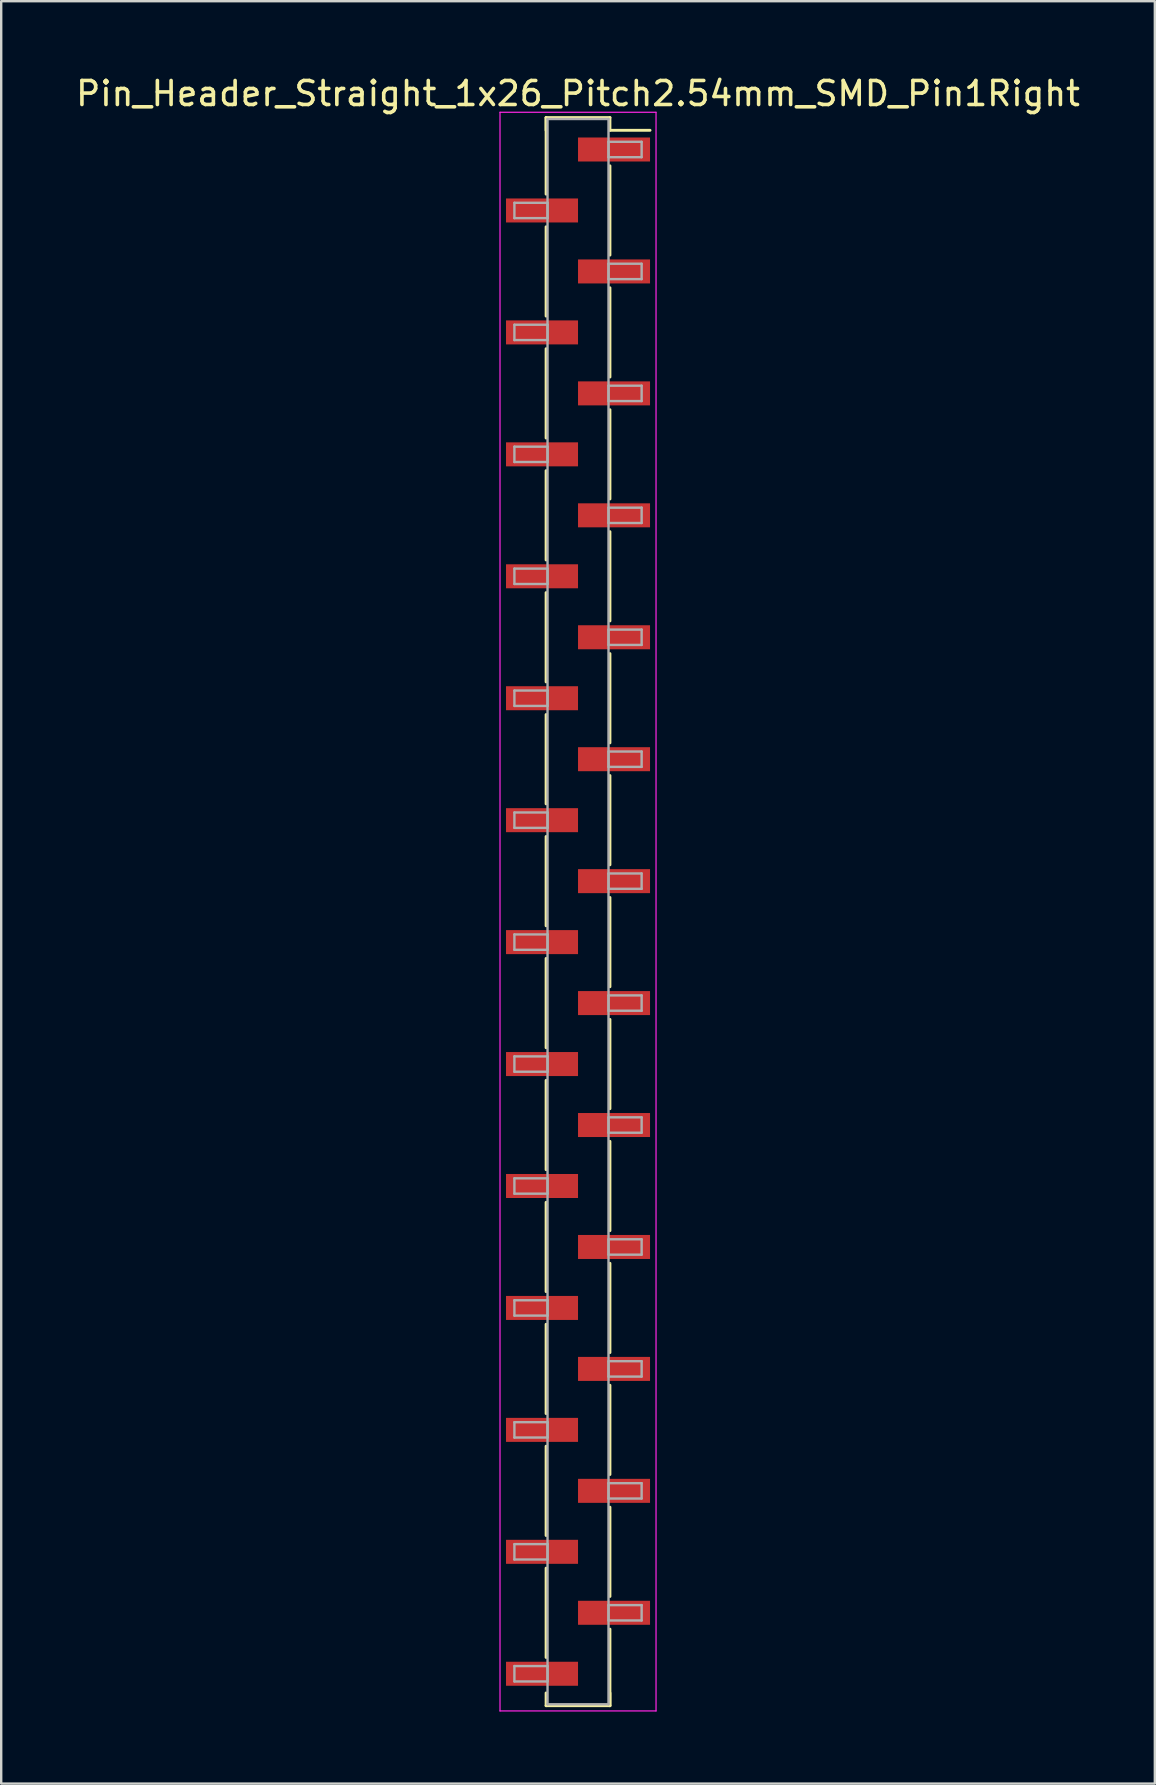
<source format=kicad_pcb>
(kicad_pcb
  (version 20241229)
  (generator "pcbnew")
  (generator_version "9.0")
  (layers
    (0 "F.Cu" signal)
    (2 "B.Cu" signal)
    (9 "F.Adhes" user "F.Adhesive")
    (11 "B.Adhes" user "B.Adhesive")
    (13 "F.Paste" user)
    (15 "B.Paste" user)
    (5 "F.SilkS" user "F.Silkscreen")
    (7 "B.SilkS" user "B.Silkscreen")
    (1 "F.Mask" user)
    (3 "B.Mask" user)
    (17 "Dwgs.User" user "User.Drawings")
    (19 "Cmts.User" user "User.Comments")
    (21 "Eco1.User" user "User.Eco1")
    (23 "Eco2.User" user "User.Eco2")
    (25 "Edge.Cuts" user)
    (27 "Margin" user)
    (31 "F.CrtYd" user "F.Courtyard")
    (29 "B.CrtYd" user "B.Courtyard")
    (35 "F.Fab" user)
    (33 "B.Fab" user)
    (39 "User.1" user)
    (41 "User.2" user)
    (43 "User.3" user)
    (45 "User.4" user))
  (footprint "Pin_Header_Straight_1x26_Pitch2.54mm_SMD_Pin1Right"
    (layer "F.Cu")
    (at 21.03 34.928)
    (property "Reference" "Pin_Header_Straight_1x26_Pitch2.54mm_SMD_Pin1Right" (at 0 -34.08 0) (layer "F.SilkS") (effects (font (size 1 1) (thickness 0.15))))
    (attr smd)
    (fp_line (start -1.33 -33.08) (end -1.33 -29.89) (stroke (width 0.12) (type solid)) (layer "F.SilkS"))
    (fp_line (start -1.33 -33.08) (end 1.33 -33.08) (stroke (width 0.12) (type solid)) (layer "F.SilkS"))
    (fp_line (start -1.33 -32.55) (end -1.33 -33.08) (stroke (width 0.12) (type solid)) (layer "F.SilkS"))
    (fp_line (start -1.33 -28.53) (end -1.33 -24.81) (stroke (width 0.12) (type solid)) (layer "F.SilkS"))
    (fp_line (start -1.33 -23.45) (end -1.33 -19.73) (stroke (width 0.12) (type solid)) (layer "F.SilkS"))
    (fp_line (start -1.33 -18.37) (end -1.33 -14.65) (stroke (width 0.12) (type solid)) (layer "F.SilkS"))
    (fp_line (start -1.33 -13.29) (end -1.33 -9.57) (stroke (width 0.12) (type solid)) (layer "F.SilkS"))
    (fp_line (start -1.33 -8.21) (end -1.33 -4.49) (stroke (width 0.12) (type solid)) (layer "F.SilkS"))
    (fp_line (start -1.33 -3.13) (end -1.33 0.59) (stroke (width 0.12) (type solid)) (layer "F.SilkS"))
    (fp_line (start -1.33 1.95) (end -1.33 5.67) (stroke (width 0.12) (type solid)) (layer "F.SilkS"))
    (fp_line (start -1.33 7.03) (end -1.33 10.75) (stroke (width 0.12) (type solid)) (layer "F.SilkS"))
    (fp_line (start -1.33 12.11) (end -1.33 15.83) (stroke (width 0.12) (type solid)) (layer "F.SilkS"))
    (fp_line (start -1.33 17.19) (end -1.33 20.91) (stroke (width 0.12) (type solid)) (layer "F.SilkS"))
    (fp_line (start -1.33 22.27) (end -1.33 25.99) (stroke (width 0.12) (type solid)) (layer "F.SilkS"))
    (fp_line (start -1.33 27.35) (end -1.33 31.07) (stroke (width 0.12) (type solid)) (layer "F.SilkS"))
    (fp_line (start -1.33 32.55) (end -1.33 33.08) (stroke (width 0.12) (type solid)) (layer "F.SilkS"))
    (fp_line (start -1.33 33.08) (end 1.33 33.08) (stroke (width 0.12) (type solid)) (layer "F.SilkS"))
    (fp_line (start 1.33 -33.08) (end 1.33 -32.55) (stroke (width 0.12) (type solid)) (layer "F.SilkS"))
    (fp_line (start 1.33 -32.55) (end 3 -32.55) (stroke (width 0.12) (type solid)) (layer "F.SilkS"))
    (fp_line (start 1.33 -31.07) (end 1.33 -27.35) (stroke (width 0.12) (type solid)) (layer "F.SilkS"))
    (fp_line (start 1.33 -25.99) (end 1.33 -22.27) (stroke (width 0.12) (type solid)) (layer "F.SilkS"))
    (fp_line (start 1.33 -20.91) (end 1.33 -17.19) (stroke (width 0.12) (type solid)) (layer "F.SilkS"))
    (fp_line (start 1.33 -15.83) (end 1.33 -12.11) (stroke (width 0.12) (type solid)) (layer "F.SilkS"))
    (fp_line (start 1.33 -10.75) (end 1.33 -7.03) (stroke (width 0.12) (type solid)) (layer "F.SilkS"))
    (fp_line (start 1.33 -5.67) (end 1.33 -1.95) (stroke (width 0.12) (type solid)) (layer "F.SilkS"))
    (fp_line (start 1.33 -0.59) (end 1.33 3.13) (stroke (width 0.12) (type solid)) (layer "F.SilkS"))
    (fp_line (start 1.33 4.49) (end 1.33 8.21) (stroke (width 0.12) (type solid)) (layer "F.SilkS"))
    (fp_line (start 1.33 9.57) (end 1.33 13.29) (stroke (width 0.12) (type solid)) (layer "F.SilkS"))
    (fp_line (start 1.33 14.65) (end 1.33 18.37) (stroke (width 0.12) (type solid)) (layer "F.SilkS"))
    (fp_line (start 1.33 19.73) (end 1.33 23.45) (stroke (width 0.12) (type solid)) (layer "F.SilkS"))
    (fp_line (start 1.33 24.81) (end 1.33 28.53) (stroke (width 0.12) (type solid)) (layer "F.SilkS"))
    (fp_line (start 1.33 29.89) (end 1.33 33.08) (stroke (width 0.12) (type solid)) (layer "F.SilkS"))
    (fp_line (start 1.33 33.08) (end 1.33 32.55) (stroke (width 0.12) (type solid)) (layer "F.SilkS"))
    (fp_line (start -3.25 -33.3) (end -3.25 33.3) (stroke (width 0.05) (type solid)) (layer "F.CrtYd"))
    (fp_line (start -3.25 33.3) (end 3.25 33.3) (stroke (width 0.05) (type solid)) (layer "F.CrtYd"))
    (fp_line (start 3.25 -33.3) (end -3.25 -33.3) (stroke (width 0.05) (type solid)) (layer "F.CrtYd"))
    (fp_line (start 3.25 33.3) (end 3.25 -33.3) (stroke (width 0.05) (type solid)) (layer "F.CrtYd"))
    (fp_line (start -2.65 -29.53) (end -1.27 -29.53) (stroke (width 0.1) (type solid)) (layer "F.Fab"))
    (fp_line (start -2.65 -28.89) (end -2.65 -29.53) (stroke (width 0.1) (type solid)) (layer "F.Fab"))
    (fp_line (start -2.65 -24.45) (end -1.27 -24.45) (stroke (width 0.1) (type solid)) (layer "F.Fab"))
    (fp_line (start -2.65 -23.81) (end -2.65 -24.45) (stroke (width 0.1) (type solid)) (layer "F.Fab"))
    (fp_line (start -2.65 -19.37) (end -1.27 -19.37) (stroke (width 0.1) (type solid)) (layer "F.Fab"))
    (fp_line (start -2.65 -18.73) (end -2.65 -19.37) (stroke (width 0.1) (type solid)) (layer "F.Fab"))
    (fp_line (start -2.65 -14.29) (end -1.27 -14.29) (stroke (width 0.1) (type solid)) (layer "F.Fab"))
    (fp_line (start -2.65 -13.65) (end -2.65 -14.29) (stroke (width 0.1) (type solid)) (layer "F.Fab"))
    (fp_line (start -2.65 -9.21) (end -1.27 -9.21) (stroke (width 0.1) (type solid)) (layer "F.Fab"))
    (fp_line (start -2.65 -8.57) (end -2.65 -9.21) (stroke (width 0.1) (type solid)) (layer "F.Fab"))
    (fp_line (start -2.65 -4.13) (end -1.27 -4.13) (stroke (width 0.1) (type solid)) (layer "F.Fab"))
    (fp_line (start -2.65 -3.49) (end -2.65 -4.13) (stroke (width 0.1) (type solid)) (layer "F.Fab"))
    (fp_line (start -2.65 0.95) (end -1.27 0.95) (stroke (width 0.1) (type solid)) (layer "F.Fab"))
    (fp_line (start -2.65 1.59) (end -2.65 0.95) (stroke (width 0.1) (type solid)) (layer "F.Fab"))
    (fp_line (start -2.65 6.03) (end -1.27 6.03) (stroke (width 0.1) (type solid)) (layer "F.Fab"))
    (fp_line (start -2.65 6.67) (end -2.65 6.03) (stroke (width 0.1) (type solid)) (layer "F.Fab"))
    (fp_line (start -2.65 11.11) (end -1.27 11.11) (stroke (width 0.1) (type solid)) (layer "F.Fab"))
    (fp_line (start -2.65 11.75) (end -2.65 11.11) (stroke (width 0.1) (type solid)) (layer "F.Fab"))
    (fp_line (start -2.65 16.19) (end -1.27 16.19) (stroke (width 0.1) (type solid)) (layer "F.Fab"))
    (fp_line (start -2.65 16.83) (end -2.65 16.19) (stroke (width 0.1) (type solid)) (layer "F.Fab"))
    (fp_line (start -2.65 21.27) (end -1.27 21.27) (stroke (width 0.1) (type solid)) (layer "F.Fab"))
    (fp_line (start -2.65 21.91) (end -2.65 21.27) (stroke (width 0.1) (type solid)) (layer "F.Fab"))
    (fp_line (start -2.65 26.35) (end -1.27 26.35) (stroke (width 0.1) (type solid)) (layer "F.Fab"))
    (fp_line (start -2.65 26.99) (end -2.65 26.35) (stroke (width 0.1) (type solid)) (layer "F.Fab"))
    (fp_line (start -2.65 31.43) (end -1.27 31.43) (stroke (width 0.1) (type solid)) (layer "F.Fab"))
    (fp_line (start -2.65 32.07) (end -2.65 31.43) (stroke (width 0.1) (type solid)) (layer "F.Fab"))
    (fp_line (start -1.27 -33.02) (end -1.27 33.02) (stroke (width 0.1) (type solid)) (layer "F.Fab"))
    (fp_line (start -1.27 -29.53) (end -1.27 -28.89) (stroke (width 0.1) (type solid)) (layer "F.Fab"))
    (fp_line (start -1.27 -28.89) (end -2.65 -28.89) (stroke (width 0.1) (type solid)) (layer "F.Fab"))
    (fp_line (start -1.27 -24.45) (end -1.27 -23.81) (stroke (width 0.1) (type solid)) (layer "F.Fab"))
    (fp_line (start -1.27 -23.81) (end -2.65 -23.81) (stroke (width 0.1) (type solid)) (layer "F.Fab"))
    (fp_line (start -1.27 -19.37) (end -1.27 -18.73) (stroke (width 0.1) (type solid)) (layer "F.Fab"))
    (fp_line (start -1.27 -18.73) (end -2.65 -18.73) (stroke (width 0.1) (type solid)) (layer "F.Fab"))
    (fp_line (start -1.27 -14.29) (end -1.27 -13.65) (stroke (width 0.1) (type solid)) (layer "F.Fab"))
    (fp_line (start -1.27 -13.65) (end -2.65 -13.65) (stroke (width 0.1) (type solid)) (layer "F.Fab"))
    (fp_line (start -1.27 -9.21) (end -1.27 -8.57) (stroke (width 0.1) (type solid)) (layer "F.Fab"))
    (fp_line (start -1.27 -8.57) (end -2.65 -8.57) (stroke (width 0.1) (type solid)) (layer "F.Fab"))
    (fp_line (start -1.27 -4.13) (end -1.27 -3.49) (stroke (width 0.1) (type solid)) (layer "F.Fab"))
    (fp_line (start -1.27 -3.49) (end -2.65 -3.49) (stroke (width 0.1) (type solid)) (layer "F.Fab"))
    (fp_line (start -1.27 0.95) (end -1.27 1.59) (stroke (width 0.1) (type solid)) (layer "F.Fab"))
    (fp_line (start -1.27 1.59) (end -2.65 1.59) (stroke (width 0.1) (type solid)) (layer "F.Fab"))
    (fp_line (start -1.27 6.03) (end -1.27 6.67) (stroke (width 0.1) (type solid)) (layer "F.Fab"))
    (fp_line (start -1.27 6.67) (end -2.65 6.67) (stroke (width 0.1) (type solid)) (layer "F.Fab"))
    (fp_line (start -1.27 11.11) (end -1.27 11.75) (stroke (width 0.1) (type solid)) (layer "F.Fab"))
    (fp_line (start -1.27 11.75) (end -2.65 11.75) (stroke (width 0.1) (type solid)) (layer "F.Fab"))
    (fp_line (start -1.27 16.19) (end -1.27 16.83) (stroke (width 0.1) (type solid)) (layer "F.Fab"))
    (fp_line (start -1.27 16.83) (end -2.65 16.83) (stroke (width 0.1) (type solid)) (layer "F.Fab"))
    (fp_line (start -1.27 21.27) (end -1.27 21.91) (stroke (width 0.1) (type solid)) (layer "F.Fab"))
    (fp_line (start -1.27 21.91) (end -2.65 21.91) (stroke (width 0.1) (type solid)) (layer "F.Fab"))
    (fp_line (start -1.27 26.35) (end -1.27 26.99) (stroke (width 0.1) (type solid)) (layer "F.Fab"))
    (fp_line (start -1.27 26.99) (end -2.65 26.99) (stroke (width 0.1) (type solid)) (layer "F.Fab"))
    (fp_line (start -1.27 31.43) (end -1.27 32.07) (stroke (width 0.1) (type solid)) (layer "F.Fab"))
    (fp_line (start -1.27 32.07) (end -2.65 32.07) (stroke (width 0.1) (type solid)) (layer "F.Fab"))
    (fp_line (start -1.27 33.02) (end 1.27 33.02) (stroke (width 0.1) (type solid)) (layer "F.Fab"))
    (fp_line (start 1.27 -33.02) (end -1.27 -33.02) (stroke (width 0.1) (type solid)) (layer "F.Fab"))
    (fp_line (start 1.27 -32.07) (end 1.27 -31.43) (stroke (width 0.1) (type solid)) (layer "F.Fab"))
    (fp_line (start 1.27 -31.43) (end 2.65 -31.43) (stroke (width 0.1) (type solid)) (layer "F.Fab"))
    (fp_line (start 1.27 -26.99) (end 1.27 -26.35) (stroke (width 0.1) (type solid)) (layer "F.Fab"))
    (fp_line (start 1.27 -26.35) (end 2.65 -26.35) (stroke (width 0.1) (type solid)) (layer "F.Fab"))
    (fp_line (start 1.27 -21.91) (end 1.27 -21.27) (stroke (width 0.1) (type solid)) (layer "F.Fab"))
    (fp_line (start 1.27 -21.27) (end 2.65 -21.27) (stroke (width 0.1) (type solid)) (layer "F.Fab"))
    (fp_line (start 1.27 -16.83) (end 1.27 -16.19) (stroke (width 0.1) (type solid)) (layer "F.Fab"))
    (fp_line (start 1.27 -16.19) (end 2.65 -16.19) (stroke (width 0.1) (type solid)) (layer "F.Fab"))
    (fp_line (start 1.27 -11.75) (end 1.27 -11.11) (stroke (width 0.1) (type solid)) (layer "F.Fab"))
    (fp_line (start 1.27 -11.11) (end 2.65 -11.11) (stroke (width 0.1) (type solid)) (layer "F.Fab"))
    (fp_line (start 1.27 -6.67) (end 1.27 -6.03) (stroke (width 0.1) (type solid)) (layer "F.Fab"))
    (fp_line (start 1.27 -6.03) (end 2.65 -6.03) (stroke (width 0.1) (type solid)) (layer "F.Fab"))
    (fp_line (start 1.27 -1.59) (end 1.27 -0.95) (stroke (width 0.1) (type solid)) (layer "F.Fab"))
    (fp_line (start 1.27 -0.95) (end 2.65 -0.95) (stroke (width 0.1) (type solid)) (layer "F.Fab"))
    (fp_line (start 1.27 3.49) (end 1.27 4.13) (stroke (width 0.1) (type solid)) (layer "F.Fab"))
    (fp_line (start 1.27 4.13) (end 2.65 4.13) (stroke (width 0.1) (type solid)) (layer "F.Fab"))
    (fp_line (start 1.27 8.57) (end 1.27 9.21) (stroke (width 0.1) (type solid)) (layer "F.Fab"))
    (fp_line (start 1.27 9.21) (end 2.65 9.21) (stroke (width 0.1) (type solid)) (layer "F.Fab"))
    (fp_line (start 1.27 13.65) (end 1.27 14.29) (stroke (width 0.1) (type solid)) (layer "F.Fab"))
    (fp_line (start 1.27 14.29) (end 2.65 14.29) (stroke (width 0.1) (type solid)) (layer "F.Fab"))
    (fp_line (start 1.27 18.73) (end 1.27 19.37) (stroke (width 0.1) (type solid)) (layer "F.Fab"))
    (fp_line (start 1.27 19.37) (end 2.65 19.37) (stroke (width 0.1) (type solid)) (layer "F.Fab"))
    (fp_line (start 1.27 23.81) (end 1.27 24.45) (stroke (width 0.1) (type solid)) (layer "F.Fab"))
    (fp_line (start 1.27 24.45) (end 2.65 24.45) (stroke (width 0.1) (type solid)) (layer "F.Fab"))
    (fp_line (start 1.27 28.89) (end 1.27 29.53) (stroke (width 0.1) (type solid)) (layer "F.Fab"))
    (fp_line (start 1.27 29.53) (end 2.65 29.53) (stroke (width 0.1) (type solid)) (layer "F.Fab"))
    (fp_line (start 1.27 33.02) (end 1.27 -33.02) (stroke (width 0.1) (type solid)) (layer "F.Fab"))
    (fp_line (start 2.65 -32.07) (end 1.27 -32.07) (stroke (width 0.1) (type solid)) (layer "F.Fab"))
    (fp_line (start 2.65 -31.43) (end 2.65 -32.07) (stroke (width 0.1) (type solid)) (layer "F.Fab"))
    (fp_line (start 2.65 -26.99) (end 1.27 -26.99) (stroke (width 0.1) (type solid)) (layer "F.Fab"))
    (fp_line (start 2.65 -26.35) (end 2.65 -26.99) (stroke (width 0.1) (type solid)) (layer "F.Fab"))
    (fp_line (start 2.65 -21.91) (end 1.27 -21.91) (stroke (width 0.1) (type solid)) (layer "F.Fab"))
    (fp_line (start 2.65 -21.27) (end 2.65 -21.91) (stroke (width 0.1) (type solid)) (layer "F.Fab"))
    (fp_line (start 2.65 -16.83) (end 1.27 -16.83) (stroke (width 0.1) (type solid)) (layer "F.Fab"))
    (fp_line (start 2.65 -16.19) (end 2.65 -16.83) (stroke (width 0.1) (type solid)) (layer "F.Fab"))
    (fp_line (start 2.65 -11.75) (end 1.27 -11.75) (stroke (width 0.1) (type solid)) (layer "F.Fab"))
    (fp_line (start 2.65 -11.11) (end 2.65 -11.75) (stroke (width 0.1) (type solid)) (layer "F.Fab"))
    (fp_line (start 2.65 -6.67) (end 1.27 -6.67) (stroke (width 0.1) (type solid)) (layer "F.Fab"))
    (fp_line (start 2.65 -6.03) (end 2.65 -6.67) (stroke (width 0.1) (type solid)) (layer "F.Fab"))
    (fp_line (start 2.65 -1.59) (end 1.27 -1.59) (stroke (width 0.1) (type solid)) (layer "F.Fab"))
    (fp_line (start 2.65 -0.95) (end 2.65 -1.59) (stroke (width 0.1) (type solid)) (layer "F.Fab"))
    (fp_line (start 2.65 3.49) (end 1.27 3.49) (stroke (width 0.1) (type solid)) (layer "F.Fab"))
    (fp_line (start 2.65 4.13) (end 2.65 3.49) (stroke (width 0.1) (type solid)) (layer "F.Fab"))
    (fp_line (start 2.65 8.57) (end 1.27 8.57) (stroke (width 0.1) (type solid)) (layer "F.Fab"))
    (fp_line (start 2.65 9.21) (end 2.65 8.57) (stroke (width 0.1) (type solid)) (layer "F.Fab"))
    (fp_line (start 2.65 13.65) (end 1.27 13.65) (stroke (width 0.1) (type solid)) (layer "F.Fab"))
    (fp_line (start 2.65 14.29) (end 2.65 13.65) (stroke (width 0.1) (type solid)) (layer "F.Fab"))
    (fp_line (start 2.65 18.73) (end 1.27 18.73) (stroke (width 0.1) (type solid)) (layer "F.Fab"))
    (fp_line (start 2.65 19.37) (end 2.65 18.73) (stroke (width 0.1) (type solid)) (layer "F.Fab"))
    (fp_line (start 2.65 23.81) (end 1.27 23.81) (stroke (width 0.1) (type solid)) (layer "F.Fab"))
    (fp_line (start 2.65 24.45) (end 2.65 23.81) (stroke (width 0.1) (type solid)) (layer "F.Fab"))
    (fp_line (start 2.65 28.89) (end 1.27 28.89) (stroke (width 0.1) (type solid)) (layer "F.Fab"))
    (fp_line (start 2.65 29.53) (end 2.65 28.89) (stroke (width 0.1) (type solid)) (layer "F.Fab"))
    (pad "1" smd rect (at 1.5 -31.75) (size 3 1) (layers "F.Cu" "F.Mask"))
    (pad "2" smd rect (at -1.5 -29.21) (size 3 1) (layers "F.Cu" "F.Mask"))
    (pad "3" smd rect (at 1.5 -26.67) (size 3 1) (layers "F.Cu" "F.Mask"))
    (pad "4" smd rect (at -1.5 -24.13) (size 3 1) (layers "F.Cu" "F.Mask"))
    (pad "5" smd rect (at 1.5 -21.59) (size 3 1) (layers "F.Cu" "F.Mask"))
    (pad "6" smd rect (at -1.5 -19.05) (size 3 1) (layers "F.Cu" "F.Mask"))
    (pad "7" smd rect (at 1.5 -16.51) (size 3 1) (layers "F.Cu" "F.Mask"))
    (pad "8" smd rect (at -1.5 -13.97) (size 3 1) (layers "F.Cu" "F.Mask"))
    (pad "9" smd rect (at 1.5 -11.43) (size 3 1) (layers "F.Cu" "F.Mask"))
    (pad "10" smd rect (at -1.5 -8.89) (size 3 1) (layers "F.Cu" "F.Mask"))
    (pad "11" smd rect (at 1.5 -6.35) (size 3 1) (layers "F.Cu" "F.Mask"))
    (pad "12" smd rect (at -1.5 -3.81) (size 3 1) (layers "F.Cu" "F.Mask"))
    (pad "13" smd rect (at 1.5 -1.27) (size 3 1) (layers "F.Cu" "F.Mask"))
    (pad "14" smd rect (at -1.5 1.27) (size 3 1) (layers "F.Cu" "F.Mask"))
    (pad "15" smd rect (at 1.5 3.81) (size 3 1) (layers "F.Cu" "F.Mask"))
    (pad "16" smd rect (at -1.5 6.35) (size 3 1) (layers "F.Cu" "F.Mask"))
    (pad "17" smd rect (at 1.5 8.89) (size 3 1) (layers "F.Cu" "F.Mask"))
    (pad "18" smd rect (at -1.5 11.43) (size 3 1) (layers "F.Cu" "F.Mask"))
    (pad "19" smd rect (at 1.5 13.97) (size 3 1) (layers "F.Cu" "F.Mask"))
    (pad "20" smd rect (at -1.5 16.51) (size 3 1) (layers "F.Cu" "F.Mask"))
    (pad "21" smd rect (at 1.5 19.05) (size 3 1) (layers "F.Cu" "F.Mask"))
    (pad "22" smd rect (at -1.5 21.59) (size 3 1) (layers "F.Cu" "F.Mask"))
    (pad "23" smd rect (at 1.5 24.13) (size 3 1) (layers "F.Cu" "F.Mask"))
    (pad "24" smd rect (at -1.5 26.67) (size 3 1) (layers "F.Cu" "F.Mask"))
    (pad "25" smd rect (at 1.5 29.21) (size 3 1) (layers "F.Cu" "F.Mask"))
    (pad "26" smd rect (at -1.5 31.75) (size 3 1) (layers "F.Cu" "F.Mask")))
  (gr_rect
    (start -3 -3)
    (end 45.06 71.253)
    (stroke (width 0.1) (type default))
    (fill no)
    (layer "Edge.Cuts")))
</source>
